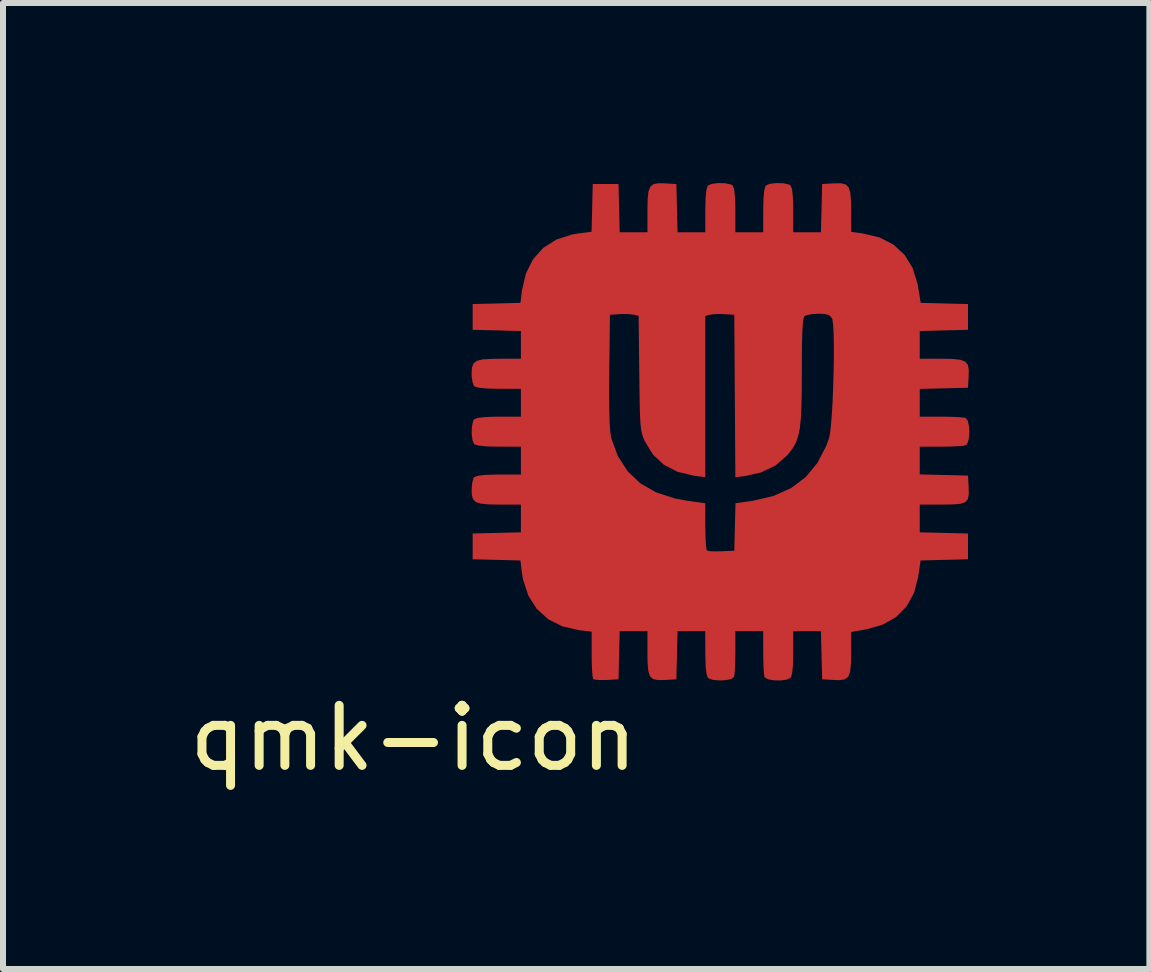
<source format=kicad_pcb>
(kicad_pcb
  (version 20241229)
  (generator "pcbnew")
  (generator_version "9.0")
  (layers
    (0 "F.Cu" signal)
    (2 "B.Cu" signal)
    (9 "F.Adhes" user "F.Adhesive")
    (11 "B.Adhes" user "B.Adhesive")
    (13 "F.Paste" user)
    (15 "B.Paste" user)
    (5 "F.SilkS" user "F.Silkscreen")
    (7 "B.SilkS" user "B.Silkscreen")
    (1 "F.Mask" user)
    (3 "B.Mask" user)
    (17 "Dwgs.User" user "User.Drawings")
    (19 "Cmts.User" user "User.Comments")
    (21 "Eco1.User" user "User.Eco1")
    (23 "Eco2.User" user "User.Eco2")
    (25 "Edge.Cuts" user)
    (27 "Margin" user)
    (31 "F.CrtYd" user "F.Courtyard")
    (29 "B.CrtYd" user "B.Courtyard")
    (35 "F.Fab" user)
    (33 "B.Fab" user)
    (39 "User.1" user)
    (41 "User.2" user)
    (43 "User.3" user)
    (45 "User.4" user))
  (footprint "qmk-icon"
    (layer "F.Cu")
    (at 8.919 4.167)
    (property "Reference" "qmk-icon" (at -5.08 5.08 0) (unlocked yes) (layer "F.SilkS") (effects (font (size 1 1) (thickness 0.15))))
    (attr smd)
    (fp_poly (pts (xy 1.076 -4.164) (xy 1.17 -4.145) (xy 1.204 -4.126) (xy 1.227 -4.065) (xy 1.241 -3.937) (xy 1.247 -3.747) (xy 1.247 -3.715) (xy 1.247 -3.347) (xy 1.709 -3.347) (xy 1.719 -3.749) (xy 1.729 -4.151) (xy 1.925 -4.162) (xy 2.041 -4.164) (xy 2.12 -4.145) (xy 2.171 -4.096) (xy 2.198 -4.006) (xy 2.21 -3.864) (xy 2.212 -3.701) (xy 2.212 -3.354) (xy 2.399 -3.329) (xy 2.682 -3.262) (xy 2.917 -3.142) (xy 3.103 -2.97) (xy 3.238 -2.749) (xy 3.321 -2.48) (xy 3.328 -2.436) (xy 3.371 -2.171) (xy 3.765 -2.161) (xy 4.159 -2.151) (xy 4.159 -1.722) (xy 3.757 -1.712) (xy 3.355 -1.702) (xy 3.355 -1.24) (xy 3.705 -1.24) (xy 3.899 -1.237) (xy 4.031 -1.223) (xy 4.114 -1.192) (xy 4.157 -1.138) (xy 4.172 -1.053) (xy 4.17 -0.953) (xy 4.159 -0.757) (xy 3.757 -0.747) (xy 3.355 -0.737) (xy 3.355 -0.275) (xy 3.709 -0.275) (xy 3.866 -0.273) (xy 4 -0.267) (xy 4.093 -0.259) (xy 4.12 -0.253) (xy 4.156 -0.206) (xy 4.176 -0.114) (xy 4.181 -0.002) (xy 4.17 0.105) (xy 4.143 0.182) (xy 4.12 0.203) (xy 4.061 0.213) (xy 3.95 0.22) (xy 3.804 0.224) (xy 3.709 0.225) (xy 3.355 0.225) (xy 3.355 0.687) (xy 4.159 0.707) (xy 4.17 0.898) (xy 4.172 1.017) (xy 4.158 1.099) (xy 4.114 1.149) (xy 4.031 1.177) (xy 3.898 1.188) (xy 3.726 1.19) (xy 3.355 1.19) (xy 3.355 1.652) (xy 4.159 1.672) (xy 4.159 2.101) (xy 3.369 2.121) (xy 3.33 2.39) (xy 3.26 2.662) (xy 3.135 2.888) (xy 2.958 3.066) (xy 2.73 3.194) (xy 2.464 3.269) (xy 2.212 3.312) (xy 2.212 3.655) (xy 2.209 3.847) (xy 2.194 3.978) (xy 2.163 4.059) (xy 2.107 4.101) (xy 2.019 4.115) (xy 1.925 4.112) (xy 1.729 4.101) (xy 1.709 3.297) (xy 1.247 3.297) (xy 1.247 3.665) (xy 1.243 3.864) (xy 1.229 4.001) (xy 1.208 4.072) (xy 1.204 4.076) (xy 1.139 4.106) (xy 1.039 4.12) (xy 0.927 4.118) (xy 0.83 4.101) (xy 0.773 4.07) (xy 0.769 4.063) (xy 0.759 4.004) (xy 0.752 3.893) (xy 0.748 3.747) (xy 0.747 3.652) (xy 0.747 3.297) (xy 0.283 3.297) (xy 0.283 3.652) (xy 0.28 3.809) (xy 0.275 3.943) (xy 0.267 4.035) (xy 0.261 4.063) (xy 0.215 4.096) (xy 0.124 4.115) (xy 0.013 4.12) (xy -0.092 4.11) (xy -0.166 4.083) (xy -0.175 4.076) (xy -0.197 4.015) (xy -0.212 3.887) (xy -0.217 3.697) (xy -0.218 3.665) (xy -0.218 3.297) (xy -0.68 3.297) (xy -0.69 3.699) (xy -0.7 4.101) (xy -0.895 4.112) (xy -1.011 4.114) (xy -1.09 4.095) (xy -1.141 4.047) (xy -1.168 3.957) (xy -1.18 3.816) (xy -1.182 3.648) (xy -1.182 3.297) (xy -1.644 3.297) (xy -1.654 3.699) (xy -1.664 4.101) (xy -1.862 4.112) (xy -1.976 4.113) (xy -2.059 4.106) (xy -2.086 4.097) (xy -2.096 4.053) (xy -2.104 3.953) (xy -2.11 3.814) (xy -2.111 3.689) (xy -2.111 3.307) (xy -2.316 3.283) (xy -2.597 3.22) (xy -2.834 3.101) (xy -3.025 2.929) (xy -3.166 2.708) (xy -3.254 2.441) (xy -3.273 2.325) (xy -3.298 2.121) (xy -4.094 2.101) (xy -4.094 1.672) (xy -3.692 1.662) (xy -3.29 1.652) (xy -3.29 1.19) (xy -3.632 1.19) (xy -3.826 1.187) (xy -3.959 1.174) (xy -4.044 1.146) (xy -4.09 1.096) (xy -4.109 1.021) (xy -4.111 0.945) (xy -4.103 0.835) (xy -4.081 0.753) (xy -4.069 0.732) (xy -4.007 0.71) (xy -3.879 0.695) (xy -3.689 0.69) (xy -3.658 0.689) (xy -3.29 0.689) (xy -3.29 0.225) (xy -3.658 0.225) (xy -3.856 0.221) (xy -3.993 0.207) (xy -4.064 0.186) (xy -4.069 0.182) (xy -4.097 0.116) (xy -4.11 0.011) (xy -4.107 -0.104) (xy -4.088 -0.198) (xy -4.069 -0.232) (xy -4.007 -0.255) (xy -3.879 -0.269) (xy -3.689 -0.275) (xy -3.658 -0.275) (xy -3.29 -0.275) (xy -3.29 -0.676) (xy -1.82 -0.676) (xy -1.818 -0.394) (xy -1.812 -0.177) (xy -1.801 -0.021) (xy -1.786 0.077) (xy -1.785 0.082) (xy -1.674 0.384) (xy -1.512 0.634) (xy -1.301 0.835) (xy -1.038 0.986) (xy -0.724 1.088) (xy -0.535 1.123) (xy -0.218 1.168) (xy -0.218 1.548) (xy -0.215 1.706) (xy -0.209 1.837) (xy -0.2 1.925) (xy -0.192 1.953) (xy -0.146 1.965) (xy -0.05 1.97) (xy 0.049 1.968) (xy 0.265 1.958) (xy 0.285 1.168) (xy 0.576 1.126) (xy 0.917 1.047) (xy 1.21 0.916) (xy 1.454 0.733) (xy 1.65 0.496) (xy 1.8 0.207) (xy 1.843 0.086) (xy 1.861 -0.003) (xy 1.877 -0.146) (xy 1.892 -0.332) (xy 1.904 -0.548) (xy 1.913 -0.783) (xy 1.92 -1.023) (xy 1.924 -1.258) (xy 1.924 -1.474) (xy 1.92 -1.66) (xy 1.912 -1.805) (xy 1.9 -1.894) (xy 1.893 -1.912) (xy 1.856 -1.959) (xy 1.794 -1.983) (xy 1.686 -1.99) (xy 1.664 -1.99) (xy 1.549 -1.982) (xy 1.461 -1.962) (xy 1.433 -1.947) (xy 1.418 -1.909) (xy 1.407 -1.823) (xy 1.399 -1.686) (xy 1.393 -1.49) (xy 1.391 -1.232) (xy 1.39 -1.025) (xy 1.389 -0.706) (xy 1.384 -0.448) (xy 1.374 -0.244) (xy 1.357 -0.082) (xy 1.331 0.046) (xy 1.295 0.15) (xy 1.247 0.239) (xy 1.185 0.324) (xy 1.141 0.376) (xy 0.95 0.54) (xy 0.711 0.654) (xy 0.469 0.71) (xy 0.283 0.734) (xy 0.274 -0.619) (xy 0.265 -1.972) (xy 0.107 -1.983) (xy -0.012 -1.986) (xy -0.113 -1.978) (xy -0.134 -1.974) (xy -0.218 -1.953) (xy -0.218 0.734) (xy -0.404 0.71) (xy -0.68 0.644) (xy -0.908 0.527) (xy -1.09 0.357) (xy -1.225 0.136) (xy -1.25 0.079) (xy -1.269 0.022) (xy -1.284 -0.045) (xy -1.295 -0.13) (xy -1.303 -0.244) (xy -1.309 -0.397) (xy -1.313 -0.597) (xy -1.316 -0.855) (xy -1.318 -0.998) (xy -1.329 -1.954) (xy -1.41 -1.974) (xy -1.497 -1.984) (xy -1.614 -1.985) (xy -1.649 -1.983) (xy -1.807 -1.972) (xy -1.818 -1.025) (xy -1.82 -0.676) (xy -3.29 -0.676) (xy -3.29 -0.739) (xy -3.658 -0.739) (xy -3.856 -0.744) (xy -3.993 -0.757) (xy -4.064 -0.779) (xy -4.069 -0.782) (xy -4.094 -0.842) (xy -4.11 -0.943) (xy -4.111 -0.995) (xy -4.106 -1.094) (xy -4.08 -1.162) (xy -4.025 -1.205) (xy -3.928 -1.229) (xy -3.779 -1.238) (xy -3.632 -1.24) (xy -3.29 -1.24) (xy -3.29 -1.702) (xy -3.692 -1.712) (xy -4.094 -1.722) (xy -4.094 -2.151) (xy -3.696 -2.161) (xy -3.298 -2.171) (xy -3.273 -2.375) (xy -3.207 -2.66) (xy -3.088 -2.898) (xy -2.917 -3.088) (xy -2.697 -3.227) (xy -2.43 -3.312) (xy -2.317 -3.33) (xy -2.113 -3.355) (xy -2.093 -4.151) (xy -1.664 -4.151) (xy -1.654 -3.749) (xy -1.644 -3.347) (xy -1.182 -3.347) (xy -1.182 -3.698) (xy -1.179 -3.891) (xy -1.165 -4.024) (xy -1.135 -4.107) (xy -1.08 -4.15) (xy -0.996 -4.164) (xy -0.895 -4.162) (xy -0.7 -4.151) (xy -0.69 -3.749) (xy -0.68 -3.347) (xy -0.218 -3.347) (xy -0.218 -3.715) (xy -0.213 -3.914) (xy -0.2 -4.051) (xy -0.178 -4.122) (xy -0.175 -4.126) (xy -0.109 -4.154) (xy -0.003 -4.167) (xy 0.111 -4.164) (xy 0.205 -4.145) (xy 0.24 -4.126) (xy 0.262 -4.065) (xy 0.277 -3.937) (xy 0.283 -3.747) (xy 0.283 -3.715) (xy 0.283 -3.347) (xy 0.747 -3.347) (xy 0.747 -3.715) (xy 0.752 -3.914) (xy 0.765 -4.051) (xy 0.786 -4.122) (xy 0.79 -4.126) (xy 0.856 -4.154) (xy 0.961 -4.167)) (stroke (width 0) (type solid)) (fill yes) (layer "F.Cu"))
    (fp_poly (pts (xy 1.076 -4.164) (xy 1.17 -4.145) (xy 1.204 -4.126) (xy 1.227 -4.065) (xy 1.241 -3.937) (xy 1.247 -3.747) (xy 1.247 -3.715) (xy 1.247 -3.347) (xy 1.709 -3.347) (xy 1.719 -3.749) (xy 1.729 -4.151) (xy 1.925 -4.162) (xy 2.041 -4.164) (xy 2.12 -4.145) (xy 2.171 -4.096) (xy 2.198 -4.006) (xy 2.21 -3.864) (xy 2.212 -3.701) (xy 2.212 -3.354) (xy 2.399 -3.329) (xy 2.682 -3.262) (xy 2.917 -3.142) (xy 3.103 -2.97) (xy 3.238 -2.749) (xy 3.321 -2.48) (xy 3.328 -2.436) (xy 3.371 -2.171) (xy 3.765 -2.161) (xy 4.159 -2.151) (xy 4.159 -1.722) (xy 3.757 -1.712) (xy 3.355 -1.702) (xy 3.355 -1.24) (xy 3.705 -1.24) (xy 3.899 -1.237) (xy 4.031 -1.223) (xy 4.114 -1.192) (xy 4.157 -1.138) (xy 4.172 -1.053) (xy 4.17 -0.953) (xy 4.159 -0.757) (xy 3.757 -0.747) (xy 3.355 -0.737) (xy 3.355 -0.275) (xy 3.709 -0.275) (xy 3.866 -0.273) (xy 4 -0.267) (xy 4.093 -0.259) (xy 4.12 -0.253) (xy 4.156 -0.206) (xy 4.176 -0.114) (xy 4.181 -0.002) (xy 4.17 0.105) (xy 4.143 0.182) (xy 4.12 0.203) (xy 4.061 0.213) (xy 3.95 0.22) (xy 3.804 0.224) (xy 3.709 0.225) (xy 3.355 0.225) (xy 3.355 0.687) (xy 4.159 0.707) (xy 4.17 0.898) (xy 4.172 1.017) (xy 4.158 1.099) (xy 4.114 1.149) (xy 4.031 1.177) (xy 3.898 1.188) (xy 3.726 1.19) (xy 3.355 1.19) (xy 3.355 1.652) (xy 4.159 1.672) (xy 4.159 2.101) (xy 3.369 2.121) (xy 3.33 2.39) (xy 3.26 2.662) (xy 3.135 2.888) (xy 2.958 3.066) (xy 2.73 3.194) (xy 2.464 3.269) (xy 2.212 3.312) (xy 2.212 3.655) (xy 2.209 3.847) (xy 2.194 3.978) (xy 2.163 4.059) (xy 2.107 4.101) (xy 2.019 4.115) (xy 1.925 4.112) (xy 1.729 4.101) (xy 1.709 3.297) (xy 1.247 3.297) (xy 1.247 3.665) (xy 1.243 3.864) (xy 1.229 4.001) (xy 1.208 4.072) (xy 1.204 4.076) (xy 1.139 4.106) (xy 1.039 4.12) (xy 0.927 4.118) (xy 0.83 4.101) (xy 0.773 4.07) (xy 0.769 4.063) (xy 0.759 4.004) (xy 0.752 3.893) (xy 0.748 3.747) (xy 0.747 3.652) (xy 0.747 3.297) (xy 0.283 3.297) (xy 0.283 3.652) (xy 0.28 3.809) (xy 0.275 3.943) (xy 0.267 4.035) (xy 0.261 4.063) (xy 0.215 4.096) (xy 0.124 4.115) (xy 0.013 4.12) (xy -0.092 4.11) (xy -0.166 4.083) (xy -0.175 4.076) (xy -0.197 4.015) (xy -0.212 3.887) (xy -0.217 3.697) (xy -0.218 3.665) (xy -0.218 3.297) (xy -0.68 3.297) (xy -0.69 3.699) (xy -0.7 4.101) (xy -0.895 4.112) (xy -1.011 4.114) (xy -1.09 4.095) (xy -1.141 4.047) (xy -1.168 3.957) (xy -1.18 3.816) (xy -1.182 3.648) (xy -1.182 3.297) (xy -1.644 3.297) (xy -1.654 3.699) (xy -1.664 4.101) (xy -1.862 4.112) (xy -1.976 4.113) (xy -2.059 4.106) (xy -2.086 4.097) (xy -2.096 4.053) (xy -2.104 3.953) (xy -2.11 3.814) (xy -2.111 3.689) (xy -2.111 3.307) (xy -2.316 3.283) (xy -2.597 3.22) (xy -2.834 3.101) (xy -3.025 2.929) (xy -3.166 2.708) (xy -3.254 2.441) (xy -3.273 2.325) (xy -3.298 2.121) (xy -4.094 2.101) (xy -4.094 1.672) (xy -3.692 1.662) (xy -3.29 1.652) (xy -3.29 1.19) (xy -3.632 1.19) (xy -3.826 1.187) (xy -3.959 1.174) (xy -4.044 1.146) (xy -4.09 1.096) (xy -4.109 1.021) (xy -4.111 0.945) (xy -4.103 0.835) (xy -4.081 0.753) (xy -4.069 0.732) (xy -4.007 0.71) (xy -3.879 0.695) (xy -3.689 0.69) (xy -3.658 0.689) (xy -3.29 0.689) (xy -3.29 0.225) (xy -3.658 0.225) (xy -3.856 0.221) (xy -3.993 0.207) (xy -4.064 0.186) (xy -4.069 0.182) (xy -4.097 0.116) (xy -4.11 0.011) (xy -4.107 -0.104) (xy -4.088 -0.198) (xy -4.069 -0.232) (xy -4.007 -0.255) (xy -3.879 -0.269) (xy -3.689 -0.275) (xy -3.658 -0.275) (xy -3.29 -0.275) (xy -3.29 -0.676) (xy -1.82 -0.676) (xy -1.818 -0.394) (xy -1.812 -0.177) (xy -1.801 -0.021) (xy -1.786 0.077) (xy -1.785 0.082) (xy -1.674 0.384) (xy -1.512 0.634) (xy -1.301 0.835) (xy -1.038 0.986) (xy -0.724 1.088) (xy -0.535 1.123) (xy -0.218 1.168) (xy -0.218 1.548) (xy -0.215 1.706) (xy -0.209 1.837) (xy -0.2 1.925) (xy -0.192 1.953) (xy -0.146 1.965) (xy -0.05 1.97) (xy 0.049 1.968) (xy 0.265 1.958) (xy 0.285 1.168) (xy 0.576 1.126) (xy 0.917 1.047) (xy 1.21 0.916) (xy 1.454 0.733) (xy 1.65 0.496) (xy 1.8 0.207) (xy 1.843 0.086) (xy 1.861 -0.003) (xy 1.877 -0.146) (xy 1.892 -0.332) (xy 1.904 -0.548) (xy 1.913 -0.783) (xy 1.92 -1.023) (xy 1.924 -1.258) (xy 1.924 -1.474) (xy 1.92 -1.66) (xy 1.912 -1.805) (xy 1.9 -1.894) (xy 1.893 -1.912) (xy 1.856 -1.959) (xy 1.794 -1.983) (xy 1.686 -1.99) (xy 1.664 -1.99) (xy 1.549 -1.982) (xy 1.461 -1.962) (xy 1.433 -1.947) (xy 1.418 -1.909) (xy 1.407 -1.823) (xy 1.399 -1.686) (xy 1.393 -1.49) (xy 1.391 -1.232) (xy 1.39 -1.025) (xy 1.389 -0.706) (xy 1.384 -0.448) (xy 1.374 -0.244) (xy 1.357 -0.082) (xy 1.331 0.046) (xy 1.295 0.15) (xy 1.247 0.239) (xy 1.185 0.324) (xy 1.141 0.376) (xy 0.95 0.54) (xy 0.711 0.654) (xy 0.469 0.71) (xy 0.283 0.734) (xy 0.274 -0.619) (xy 0.265 -1.972) (xy 0.107 -1.983) (xy -0.012 -1.986) (xy -0.113 -1.978) (xy -0.134 -1.974) (xy -0.218 -1.953) (xy -0.218 0.734) (xy -0.404 0.71) (xy -0.68 0.644) (xy -0.908 0.527) (xy -1.09 0.357) (xy -1.225 0.136) (xy -1.25 0.079) (xy -1.269 0.022) (xy -1.284 -0.045) (xy -1.295 -0.13) (xy -1.303 -0.244) (xy -1.309 -0.397) (xy -1.313 -0.597) (xy -1.316 -0.855) (xy -1.318 -0.998) (xy -1.329 -1.954) (xy -1.41 -1.974) (xy -1.497 -1.984) (xy -1.614 -1.985) (xy -1.649 -1.983) (xy -1.807 -1.972) (xy -1.818 -1.025) (xy -1.82 -0.676) (xy -3.29 -0.676) (xy -3.29 -0.739) (xy -3.658 -0.739) (xy -3.856 -0.744) (xy -3.993 -0.757) (xy -4.064 -0.779) (xy -4.069 -0.782) (xy -4.094 -0.842) (xy -4.11 -0.943) (xy -4.111 -0.995) (xy -4.106 -1.094) (xy -4.08 -1.162) (xy -4.025 -1.205) (xy -3.928 -1.229) (xy -3.779 -1.238) (xy -3.632 -1.24) (xy -3.29 -1.24) (xy -3.29 -1.702) (xy -3.692 -1.712) (xy -4.094 -1.722) (xy -4.094 -2.151) (xy -3.696 -2.161) (xy -3.298 -2.171) (xy -3.273 -2.375) (xy -3.207 -2.66) (xy -3.088 -2.898) (xy -2.917 -3.088) (xy -2.697 -3.227) (xy -2.43 -3.312) (xy -2.317 -3.33) (xy -2.113 -3.355) (xy -2.093 -4.151) (xy -1.664 -4.151) (xy -1.654 -3.749) (xy -1.644 -3.347) (xy -1.182 -3.347) (xy -1.182 -3.698) (xy -1.179 -3.891) (xy -1.165 -4.024) (xy -1.135 -4.107) (xy -1.08 -4.15) (xy -0.996 -4.164) (xy -0.895 -4.162) (xy -0.7 -4.151) (xy -0.69 -3.749) (xy -0.68 -3.347) (xy -0.218 -3.347) (xy -0.218 -3.715) (xy -0.213 -3.914) (xy -0.2 -4.051) (xy -0.178 -4.122) (xy -0.175 -4.126) (xy -0.109 -4.154) (xy -0.003 -4.167) (xy 0.111 -4.164) (xy 0.205 -4.145) (xy 0.24 -4.126) (xy 0.262 -4.065) (xy 0.277 -3.937) (xy 0.283 -3.747) (xy 0.283 -3.715) (xy 0.283 -3.347) (xy 0.747 -3.347) (xy 0.747 -3.715) (xy 0.752 -3.914) (xy 0.765 -4.051) (xy 0.786 -4.122) (xy 0.79 -4.126) (xy 0.856 -4.154) (xy 0.961 -4.167)) (stroke (width 0) (type solid)) (fill yes) (layer "F.Mask")))
  (gr_rect
    (start -3 -3)
    (end 16.1 13.095)
    (stroke (width 0.1) (type default))
    (fill no)
    (layer "Edge.Cuts")))
</source>
